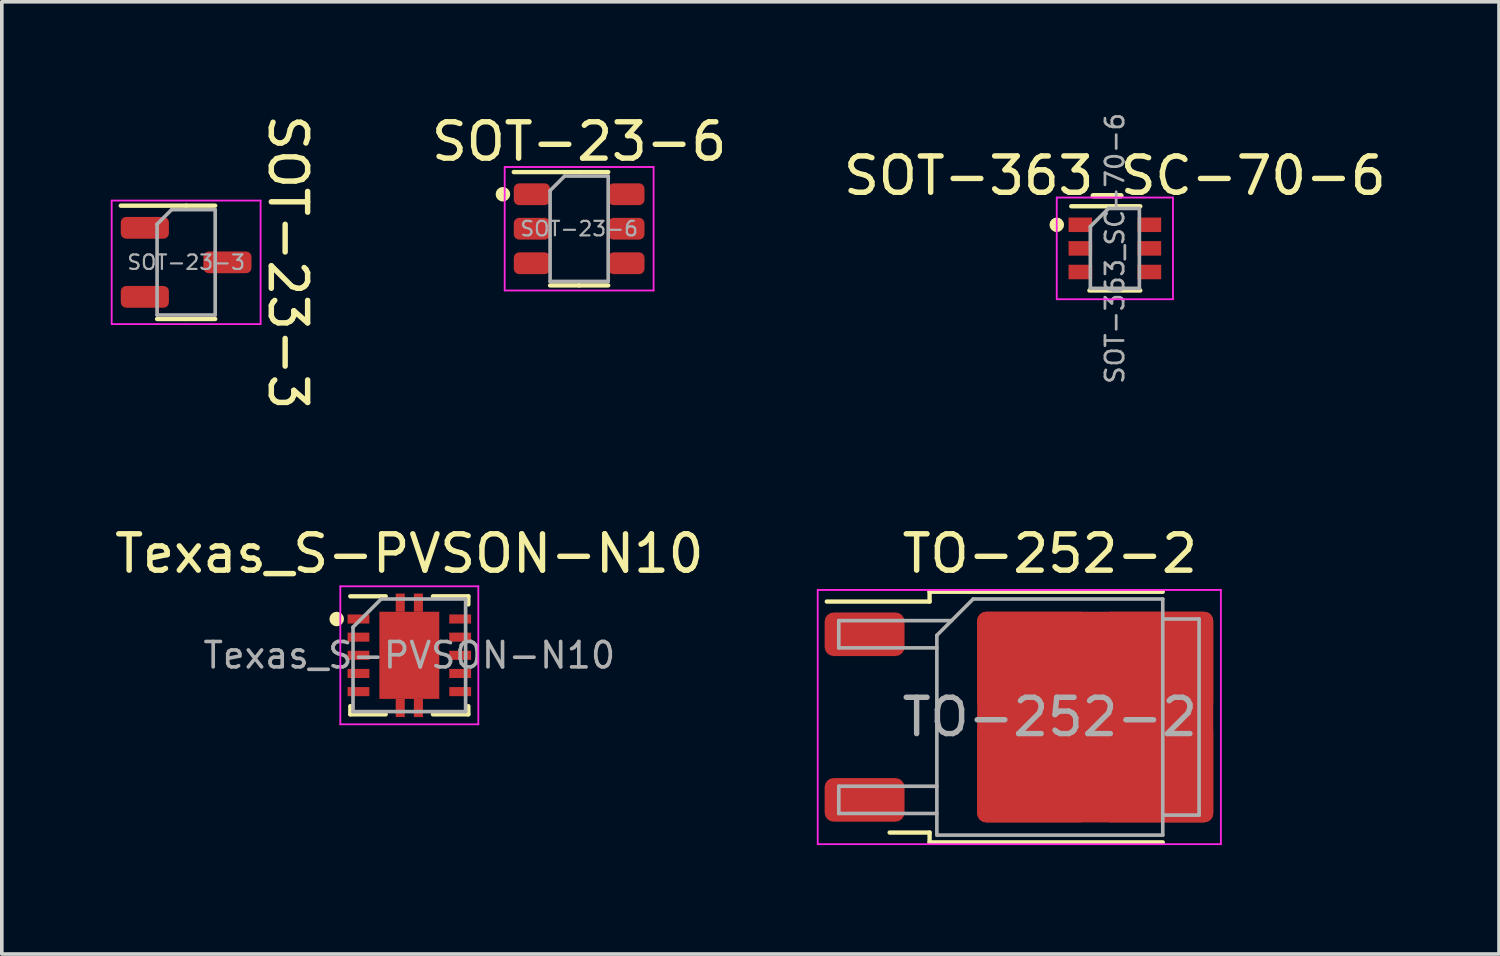
<source format=kicad_pcb>
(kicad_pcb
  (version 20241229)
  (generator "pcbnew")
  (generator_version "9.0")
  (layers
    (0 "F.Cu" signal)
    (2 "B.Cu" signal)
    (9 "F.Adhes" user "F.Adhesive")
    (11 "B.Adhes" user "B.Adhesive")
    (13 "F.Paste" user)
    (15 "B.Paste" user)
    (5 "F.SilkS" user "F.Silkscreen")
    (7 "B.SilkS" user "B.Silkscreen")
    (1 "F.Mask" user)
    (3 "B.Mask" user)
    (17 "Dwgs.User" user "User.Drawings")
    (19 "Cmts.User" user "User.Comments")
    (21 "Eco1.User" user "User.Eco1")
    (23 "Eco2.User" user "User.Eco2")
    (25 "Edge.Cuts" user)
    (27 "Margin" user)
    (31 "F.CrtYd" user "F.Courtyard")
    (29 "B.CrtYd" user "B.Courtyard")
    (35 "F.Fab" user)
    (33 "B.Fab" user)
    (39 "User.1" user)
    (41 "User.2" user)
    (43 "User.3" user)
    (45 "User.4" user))
  (footprint "SOT-23-6"
    (layer "F.Cu")
    (at 12.896 3.248)
    (property "Reference" "SOT-23-6" (at 0 -2.4 0) (layer "F.SilkS") (effects (font (size 1 1) (thickness 0.15))))
    (attr smd)
    (fp_line (start 0 -1.56) (end -1.8 -1.56) (stroke (width 0.12) (type solid)) (layer "F.SilkS"))
    (fp_line (start 0 -1.56) (end 0.8 -1.56) (stroke (width 0.12) (type solid)) (layer "F.SilkS"))
    (fp_line (start 0 1.56) (end -0.8 1.56) (stroke (width 0.12) (type solid)) (layer "F.SilkS"))
    (fp_line (start 0 1.56) (end 0.8 1.56) (stroke (width 0.12) (type solid)) (layer "F.SilkS"))
    (fp_circle (center -2.1 -0.95) (end -2 -0.95) (stroke (width 0.2) (type solid)) (fill no) (layer "F.SilkS"))
    (fp_line (start -2.05 -1.7) (end -2.05 1.7) (stroke (width 0.05) (type solid)) (layer "F.CrtYd"))
    (fp_line (start -2.05 1.7) (end 2.05 1.7) (stroke (width 0.05) (type solid)) (layer "F.CrtYd"))
    (fp_line (start 2.05 -1.7) (end -2.05 -1.7) (stroke (width 0.05) (type solid)) (layer "F.CrtYd"))
    (fp_line (start 2.05 1.7) (end 2.05 -1.7) (stroke (width 0.05) (type solid)) (layer "F.CrtYd"))
    (fp_line (start -0.8 -1.05) (end -0.4 -1.45) (stroke (width 0.1) (type solid)) (layer "F.Fab"))
    (fp_line (start -0.8 1.45) (end -0.8 -1.05) (stroke (width 0.1) (type solid)) (layer "F.Fab"))
    (fp_line (start -0.4 -1.45) (end 0.8 -1.45) (stroke (width 0.1) (type solid)) (layer "F.Fab"))
    (fp_line (start 0.8 -1.45) (end 0.8 1.45) (stroke (width 0.1) (type solid)) (layer "F.Fab"))
    (fp_line (start 0.8 1.45) (end -0.8 1.45) (stroke (width 0.1) (type solid)) (layer "F.Fab"))
    (fp_text user "${REFERENCE}" (at 0 0 0) (layer "F.Fab") (effects (font (size 0.4 0.4) (thickness 0.06))))
    (pad "1" smd roundrect (at -1.3 -0.95) (size 1 0.6) (layers "F.Cu" "F.Mask" "F.Paste") (roundrect_rratio 0.25))
    (pad "2" smd roundrect (at -1.3 0) (size 1 0.6) (layers "F.Cu" "F.Mask" "F.Paste") (roundrect_rratio 0.25))
    (pad "3" smd roundrect (at -1.3 0.95) (size 1 0.6) (layers "F.Cu" "F.Mask" "F.Paste") (roundrect_rratio 0.25))
    (pad "4" smd roundrect (at 1.3 0.95) (size 1 0.6) (layers "F.Cu" "F.Mask" "F.Paste") (roundrect_rratio 0.25))
    (pad "5" smd roundrect (at 1.3 0) (size 1 0.6) (layers "F.Cu" "F.Mask" "F.Paste") (roundrect_rratio 0.25))
    (pad "6" smd roundrect (at 1.3 -0.95) (size 1 0.6) (layers "F.Cu" "F.Mask" "F.Paste") (roundrect_rratio 0.25)))
  (footprint "Texas_S-PVSON-N10"
    (layer "F.Cu")
    (at 8.22 14.993)
    (property "Reference" "Texas_S-PVSON-N10" (at 0 -2.8 0) (layer "F.SilkS") (effects (font (size 1 1) (thickness 0.15))))
    (attr smd)
    (fp_line (start -1.625 -1.625) (end -0.65 -1.625) (stroke (width 0.12) (type solid)) (layer "F.SilkS"))
    (fp_line (start -1.625 1.625) (end -1.625 1.4) (stroke (width 0.12) (type solid)) (layer "F.SilkS"))
    (fp_line (start -1.625 1.625) (end -0.65 1.625) (stroke (width 0.12) (type solid)) (layer "F.SilkS"))
    (fp_line (start 0.65 -1.625) (end 1.625 -1.625) (stroke (width 0.12) (type solid)) (layer "F.SilkS"))
    (fp_line (start 0.65 1.625) (end 1.625 1.625) (stroke (width 0.12) (type solid)) (layer "F.SilkS"))
    (fp_line (start 1.625 -1.4) (end 1.625 -1.625) (stroke (width 0.12) (type solid)) (layer "F.SilkS"))
    (fp_line (start 1.625 1.4) (end 1.625 1.625) (stroke (width 0.12) (type solid)) (layer "F.SilkS"))
    (fp_circle (center -2 -1) (end -1.9 -1) (stroke (width 0.2) (type solid)) (fill no) (layer "F.SilkS"))
    (fp_poly (pts (xy -0.79 -1.16) (xy -0.11 -1.16) (xy -0.11 -0.11) (xy -0.79 -0.11)) (stroke (width 0) (type solid)) (fill yes) (layer "F.Paste"))
    (fp_poly (pts (xy -0.79 0.11) (xy -0.11 0.11) (xy -0.11 1.16) (xy -0.79 1.16)) (stroke (width 0) (type solid)) (fill yes) (layer "F.Paste"))
    (fp_poly (pts (xy 0.11 -1.16) (xy 0.79 -1.16) (xy 0.79 -0.11) (xy 0.11 -0.11)) (stroke (width 0) (type solid)) (fill yes) (layer "F.Paste"))
    (fp_poly (pts (xy 0.11 0.11) (xy 0.79 0.11) (xy 0.79 1.16) (xy 0.11 1.16)) (stroke (width 0) (type solid)) (fill yes) (layer "F.Paste"))
    (fp_line (start -1.9 -1.9) (end -1.9 1.9) (stroke (width 0.05) (type solid)) (layer "F.CrtYd"))
    (fp_line (start -1.9 -1.9) (end 1.9 -1.9) (stroke (width 0.05) (type solid)) (layer "F.CrtYd"))
    (fp_line (start -1.9 1.9) (end 1.9 1.9) (stroke (width 0.05) (type solid)) (layer "F.CrtYd"))
    (fp_line (start 1.9 -1.9) (end 1.9 1.9) (stroke (width 0.05) (type solid)) (layer "F.CrtYd"))
    (fp_line (start -1.55 1.55) (end -1.55 -0.775) (stroke (width 0.1) (type solid)) (layer "F.Fab"))
    (fp_line (start -0.775 -1.55) (end -1.55 -0.775) (stroke (width 0.1) (type solid)) (layer "F.Fab"))
    (fp_line (start -0.775 -1.55) (end 1.55 -1.55) (stroke (width 0.1) (type solid)) (layer "F.Fab"))
    (fp_line (start 1.55 -1.55) (end 1.55 1.55) (stroke (width 0.1) (type solid)) (layer "F.Fab"))
    (fp_line (start 1.55 1.55) (end -1.55 1.55) (stroke (width 0.1) (type solid)) (layer "F.Fab"))
    (fp_text user "${REFERENCE}" (at 0 0 0) (layer "F.Fab") (effects (font (size 0.7 0.7) (thickness 0.1))))
    (pad "1" smd rect (at -1.4 -1) (size 0.6 0.25) (layers "F.Cu" "F.Mask" "F.Paste"))
    (pad "2" smd rect (at -1.4 -0.5) (size 0.6 0.25) (layers "F.Cu" "F.Mask" "F.Paste"))
    (pad "3" smd rect (at -1.4 0) (size 0.6 0.25) (layers "F.Cu" "F.Mask" "F.Paste"))
    (pad "4" smd rect (at -1.4 0.5) (size 0.6 0.25) (layers "F.Cu" "F.Mask" "F.Paste"))
    (pad "5" smd rect (at -1.4 1) (size 0.6 0.25) (layers "F.Cu" "F.Mask" "F.Paste"))
    (pad "6" smd rect (at 1.4 1) (size 0.6 0.25) (layers "F.Cu" "F.Mask" "F.Paste"))
    (pad "7" smd rect (at 1.4 0.5) (size 0.6 0.25) (layers "F.Cu" "F.Mask" "F.Paste"))
    (pad "8" smd rect (at 1.4 0) (size 0.6 0.25) (layers "F.Cu" "F.Mask" "F.Paste"))
    (pad "9" smd rect (at 1.4 -0.5) (size 0.6 0.25) (layers "F.Cu" "F.Mask" "F.Paste"))
    (pad "10" smd rect (at 1.4 -1) (size 0.6 0.25) (layers "F.Cu" "F.Mask" "F.Paste"))
    (pad "11" smd rect (at -0.25 -1.45) (size 0.25 0.5) (layers "F.Cu" "F.Mask" "F.Paste"))
    (pad "11" smd rect (at -0.25 1.45) (size 0.25 0.5) (layers "F.Cu" "F.Mask" "F.Paste"))
    (pad "11" smd rect (at 0 0) (size 1.65 2.4) (layers "F.Cu" "F.Mask"))
    (pad "11" smd rect (at 0.25 -1.45) (size 0.25 0.5) (layers "F.Cu" "F.Mask" "F.Paste"))
    (pad "11" smd rect (at 0.25 1.45) (size 0.25 0.5) (layers "F.Cu" "F.Mask" "F.Paste")))
  (footprint "TO-252-2"
    (layer "F.Cu")
    (at 25.855 16.693)
    (property "Reference" "TO-252-2" (at 0 -4.5 0) (layer "F.SilkS") (effects (font (size 1 1) (thickness 0.15))))
    (attr smd)
    (fp_line (start -3.31 -3.45) (end -3.31 -3.18) (stroke (width 0.12) (type solid)) (layer "F.SilkS"))
    (fp_line (start -3.31 -3.18) (end -6.14 -3.18) (stroke (width 0.12) (type solid)) (layer "F.SilkS"))
    (fp_line (start -3.31 3.18) (end -4.41 3.18) (stroke (width 0.12) (type solid)) (layer "F.SilkS"))
    (fp_line (start -3.31 3.45) (end -3.31 3.18) (stroke (width 0.12) (type solid)) (layer "F.SilkS"))
    (fp_line (start 3.11 -3.45) (end -3.31 -3.45) (stroke (width 0.12) (type solid)) (layer "F.SilkS"))
    (fp_line (start 3.11 3.45) (end -3.31 3.45) (stroke (width 0.12) (type solid)) (layer "F.SilkS"))
    (fp_line (start -6.39 -3.5) (end -6.39 3.5) (stroke (width 0.05) (type solid)) (layer "F.CrtYd"))
    (fp_line (start -6.39 3.5) (end 4.71 3.5) (stroke (width 0.05) (type solid)) (layer "F.CrtYd"))
    (fp_line (start 4.71 -3.5) (end -6.39 -3.5) (stroke (width 0.05) (type solid)) (layer "F.CrtYd"))
    (fp_line (start 4.71 3.5) (end 4.71 -3.5) (stroke (width 0.05) (type solid)) (layer "F.CrtYd"))
    (fp_line (start -5.81 -2.655) (end -5.81 -1.905) (stroke (width 0.1) (type solid)) (layer "F.Fab"))
    (fp_line (start -5.81 -1.905) (end -3.11 -1.905) (stroke (width 0.1) (type solid)) (layer "F.Fab"))
    (fp_line (start -5.81 1.905) (end -5.81 2.655) (stroke (width 0.1) (type solid)) (layer "F.Fab"))
    (fp_line (start -5.81 2.655) (end -3.11 2.655) (stroke (width 0.1) (type solid)) (layer "F.Fab"))
    (fp_line (start -3.11 -2.25) (end -2.11 -3.25) (stroke (width 0.1) (type solid)) (layer "F.Fab"))
    (fp_line (start -3.11 1.905) (end -5.81 1.905) (stroke (width 0.1) (type solid)) (layer "F.Fab"))
    (fp_line (start -3.11 3.25) (end -3.11 -2.25) (stroke (width 0.1) (type solid)) (layer "F.Fab"))
    (fp_line (start -2.705 -2.655) (end -5.81 -2.655) (stroke (width 0.1) (type solid)) (layer "F.Fab"))
    (fp_line (start -2.11 -3.25) (end 3.11 -3.25) (stroke (width 0.1) (type solid)) (layer "F.Fab"))
    (fp_line (start 3.11 -3.25) (end 3.11 3.25) (stroke (width 0.1) (type solid)) (layer "F.Fab"))
    (fp_line (start 3.11 -2.7) (end 4.11 -2.7) (stroke (width 0.1) (type solid)) (layer "F.Fab"))
    (fp_line (start 3.11 3.25) (end -3.11 3.25) (stroke (width 0.1) (type solid)) (layer "F.Fab"))
    (fp_line (start 4.11 -2.7) (end 4.11 2.7) (stroke (width 0.1) (type solid)) (layer "F.Fab"))
    (fp_line (start 4.11 2.7) (end 3.11 2.7) (stroke (width 0.1) (type solid)) (layer "F.Fab"))
    (fp_text user "${REFERENCE}" (at 0 0 0) (layer "F.Fab") (effects (font (size 1 1) (thickness 0.15))))
    (pad "1" smd roundrect (at -5.1 -2.28) (size 2.2 1.2) (layers "F.Cu" "F.Mask" "F.Paste") (roundrect_rratio 0.208))
    (pad "2" smd roundrect (at -0.445 -1.525) (size 3.11 2.75) (layers "F.Cu" "F.Paste") (roundrect_rratio 0.091))
    (pad "2" smd roundrect (at -0.445 1.525) (size 3.11 2.75) (layers "F.Cu" "F.Paste") (roundrect_rratio 0.091))
    (pad "2" smd roundrect (at 1.25 0) (size 6.5 5.8) (layers "F.Cu" "F.Mask") (roundrect_rratio 0.043))
    (pad "2" smd roundrect (at 2.955 -1.525) (size 3.09 2.75) (layers "F.Cu" "F.Paste") (roundrect_rratio 0.091))
    (pad "2" smd roundrect (at 2.955 1.525) (size 3.09 2.75) (layers "F.Cu" "F.Paste") (roundrect_rratio 0.091))
    (pad "3" smd roundrect (at -5.1 2.28) (size 2.2 1.2) (layers "F.Cu" "F.Mask" "F.Paste") (roundrect_rratio 0.208)))
  (footprint "SOT-363_SC-70-6"
    (layer "F.Cu")
    (at 27.646 3.789)
    (property "Reference" "SOT-363_SC-70-6" (at 0 -2 0) (layer "F.SilkS") (effects (font (size 1 1) (thickness 0.15))))
    (attr smd)
    (fp_line (start -0.7 1.16) (end 0.7 1.16) (stroke (width 0.12) (type solid)) (layer "F.SilkS"))
    (fp_line (start 0.7 -1.16) (end -1.2 -1.16) (stroke (width 0.12) (type solid)) (layer "F.SilkS"))
    (fp_circle (center -1.6 -0.65) (end -1.5 -0.65) (stroke (width 0.2) (type solid)) (fill no) (layer "F.SilkS"))
    (fp_line (start -1.6 -1.4) (end -1.6 1.4) (stroke (width 0.05) (type solid)) (layer "F.CrtYd"))
    (fp_line (start -1.6 -1.4) (end 1.6 -1.4) (stroke (width 0.05) (type solid)) (layer "F.CrtYd"))
    (fp_line (start -1.6 1.4) (end 1.6 1.4) (stroke (width 0.05) (type solid)) (layer "F.CrtYd"))
    (fp_line (start 1.6 1.4) (end 1.6 -1.4) (stroke (width 0.05) (type solid)) (layer "F.CrtYd"))
    (fp_line (start -0.675 -0.6) (end -0.675 1.1) (stroke (width 0.1) (type solid)) (layer "F.Fab"))
    (fp_line (start -0.175 -1.1) (end -0.675 -0.6) (stroke (width 0.1) (type solid)) (layer "F.Fab"))
    (fp_line (start 0.675 -1.1) (end -0.175 -1.1) (stroke (width 0.1) (type solid)) (layer "F.Fab"))
    (fp_line (start 0.675 -1.1) (end 0.675 1.1) (stroke (width 0.1) (type solid)) (layer "F.Fab"))
    (fp_line (start 0.675 1.1) (end -0.675 1.1) (stroke (width 0.1) (type solid)) (layer "F.Fab"))
    (fp_text user "${REFERENCE}" (at 0 0 90) (layer "F.Fab") (effects (font (size 0.5 0.5) (thickness 0.075))))
    (pad "1" smd rect (at -0.95 -0.65) (size 0.65 0.4) (layers "F.Cu" "F.Mask" "F.Paste"))
    (pad "2" smd rect (at -0.95 0) (size 0.65 0.4) (layers "F.Cu" "F.Mask" "F.Paste"))
    (pad "3" smd rect (at -0.95 0.65) (size 0.65 0.4) (layers "F.Cu" "F.Mask" "F.Paste"))
    (pad "4" smd rect (at 0.95 0.65) (size 0.65 0.4) (layers "F.Cu" "F.Mask" "F.Paste"))
    (pad "5" smd rect (at 0.95 0) (size 0.65 0.4) (layers "F.Cu" "F.Mask" "F.Paste"))
    (pad "6" smd rect (at 0.95 -0.65) (size 0.65 0.4) (layers "F.Cu" "F.Mask" "F.Paste")))
  (footprint "SOT-23-3"
    (layer "F.Cu")
    (at 2.075 4.173)
    (property "Reference" "SOT-23-3" (at 2.8 0 270) (unlocked yes) (layer "F.SilkS") (effects (font (size 1 1) (thickness 0.15))))
    (attr smd)
    (fp_line (start 0 -1.56) (end -1.8 -1.56) (stroke (width 0.12) (type solid)) (layer "F.SilkS"))
    (fp_line (start 0 -1.56) (end 0.8 -1.56) (stroke (width 0.12) (type solid)) (layer "F.SilkS"))
    (fp_line (start 0 1.56) (end -0.8 1.56) (stroke (width 0.12) (type solid)) (layer "F.SilkS"))
    (fp_line (start 0 1.56) (end 0.8 1.56) (stroke (width 0.12) (type solid)) (layer "F.SilkS"))
    (fp_line (start -2.05 -1.7) (end -2.05 1.7) (stroke (width 0.05) (type solid)) (layer "F.CrtYd"))
    (fp_line (start -2.05 1.7) (end 2.05 1.7) (stroke (width 0.05) (type solid)) (layer "F.CrtYd"))
    (fp_line (start 2.05 -1.7) (end -2.05 -1.7) (stroke (width 0.05) (type solid)) (layer "F.CrtYd"))
    (fp_line (start 2.05 1.7) (end 2.05 -1.7) (stroke (width 0.05) (type solid)) (layer "F.CrtYd"))
    (fp_line (start -0.8 -1.05) (end -0.4 -1.45) (stroke (width 0.1) (type solid)) (layer "F.Fab"))
    (fp_line (start -0.8 1.45) (end -0.8 -1.05) (stroke (width 0.1) (type solid)) (layer "F.Fab"))
    (fp_line (start -0.4 -1.45) (end 0.8 -1.45) (stroke (width 0.1) (type solid)) (layer "F.Fab"))
    (fp_line (start 0.8 -1.45) (end 0.8 1.45) (stroke (width 0.1) (type solid)) (layer "F.Fab"))
    (fp_line (start 0.8 1.45) (end -0.8 1.45) (stroke (width 0.1) (type solid)) (layer "F.Fab"))
    (fp_text user "${REFERENCE}" (at 0 0 180) (layer "F.Fab") (effects (font (size 0.4 0.4) (thickness 0.06))))
    (pad "1" smd roundrect (at -1.137 -0.95) (size 1.325 0.6) (layers "F.Cu" "F.Mask" "F.Paste") (roundrect_rratio 0.25))
    (pad "2" smd roundrect (at -1.137 0.95) (size 1.325 0.6) (layers "F.Cu" "F.Mask" "F.Paste") (roundrect_rratio 0.25))
    (pad "3" smd roundrect (at 1.137 0) (size 1.325 0.6) (layers "F.Cu" "F.Mask" "F.Paste") (roundrect_rratio 0.25)))
  (gr_rect
    (start -3 -3)
    (end 38.223 23.218)
    (stroke (width 0.1) (type default))
    (fill no)
    (layer "Edge.Cuts")))
</source>
